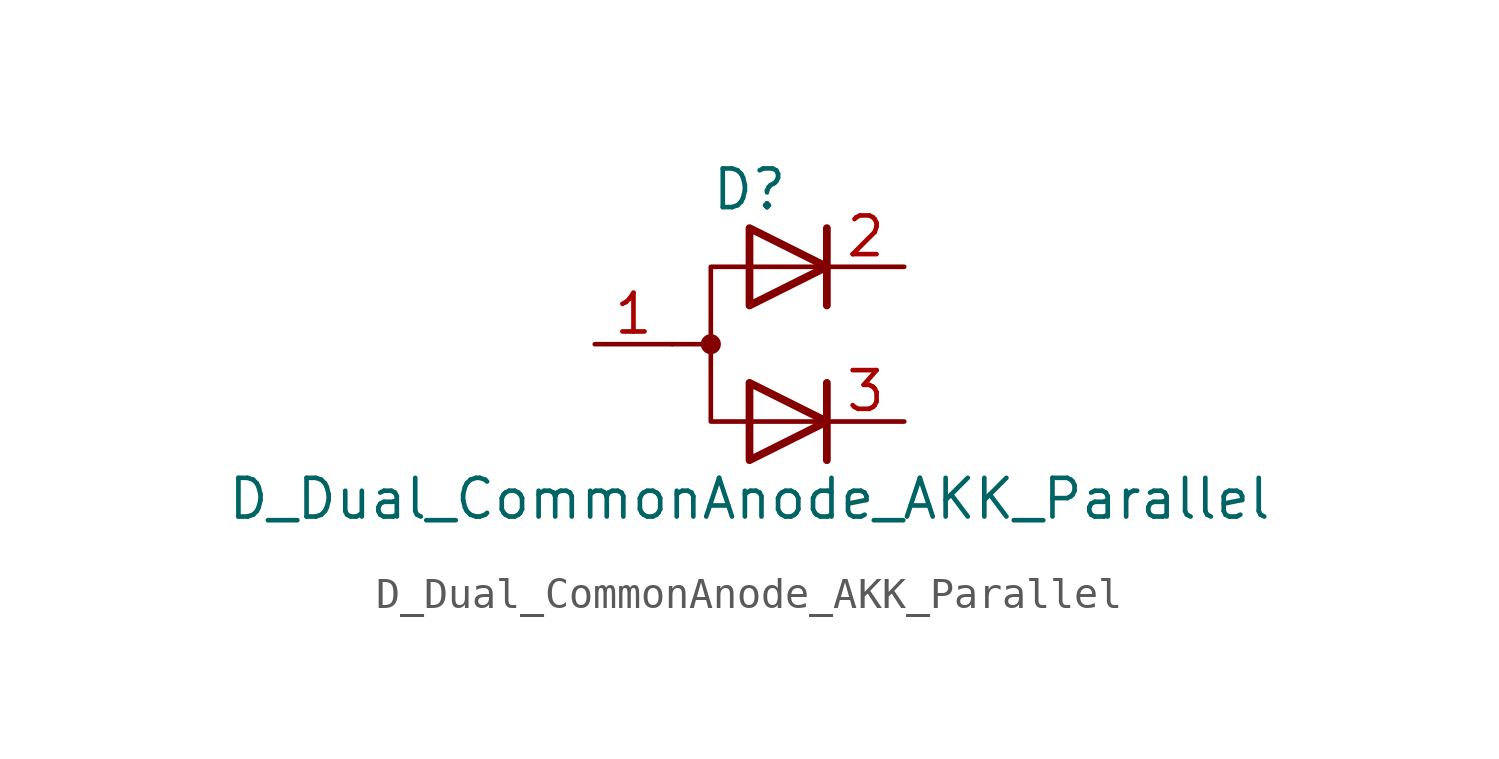
<source format=kicad_sym>
(kicad_symbol_lib
  (version 20241209)
  (generator "kicad_symbol_editor")
  (generator_version "9.0")
  (symbol "D_Dual_CommonAnode_AKK_Parallel"
    (pin_names
      (offset 0.762)
      (hide yes))
    (property "Reference" "D"
      (at 0 5.08 0)
      (effects (font (size 1.27 1.27))))
    (property "Value" "D_Dual_CommonAnode_AKK_Parallel"
      (at 0 -5.08 0)
      (effects (font (size 1.27 1.27))))
    (symbol "D_Dual_CommonAnode_AKK_Parallel_0_0"
      (polyline (pts (xy 2.54 3.81) (xy 2.54 1.27)) (stroke (width 0.254) (type default)) (fill (type none)))
      (polyline (pts (xy 2.54 -1.27) (xy 2.54 -3.81)) (stroke (width 0.254) (type default)) (fill (type none))))
    (symbol "D_Dual_CommonAnode_AKK_Parallel_0_1"
      (circle (center -1.27 0) (radius 0.254) (stroke (width 0) (type default)) (fill (type outline)))
      (polyline (pts (xy -1.27 0) (xy -2.54 0)) (stroke (width 0) (type default)) (fill (type none)))
      (polyline (pts (xy 0 3.81) (xy 2.54 2.54) (xy 0 1.27) (xy 0 3.81) (xy 0 3.81) (xy 0 3.81)) (stroke (width 0.254) (type default)) (fill (type none)))
      (polyline (pts (xy 0 -1.27) (xy 2.54 -2.54) (xy 0 -3.81) (xy 0 -1.27) (xy 0 -1.27) (xy 0 -1.27)) (stroke (width 0.254) (type default)) (fill (type none)))
      (polyline (pts (xy 2.54 2.54) (xy -1.27 2.54) (xy -1.27 -2.54) (xy 2.54 -2.54)) (stroke (width 0) (type default)) (fill (type none)))
      (pin passive line (at -5.08 0 0) (length 2.54) (name "A" (effects (font (size 1.27 1.27)))) (number "1" (effects (font (size 1.27 1.27)))))
      (pin passive line (at 5.08 2.54 180) (length 2.54) (name "K" (effects (font (size 1.27 1.27)))) (number "2" (effects (font (size 1.27 1.27)))))
      (pin passive line (at 5.08 -2.54 180) (length 2.54) (name "K" (effects (font (size 1.27 1.27)))) (number "3" (effects (font (size 1.27 1.27))))))))
</source>
